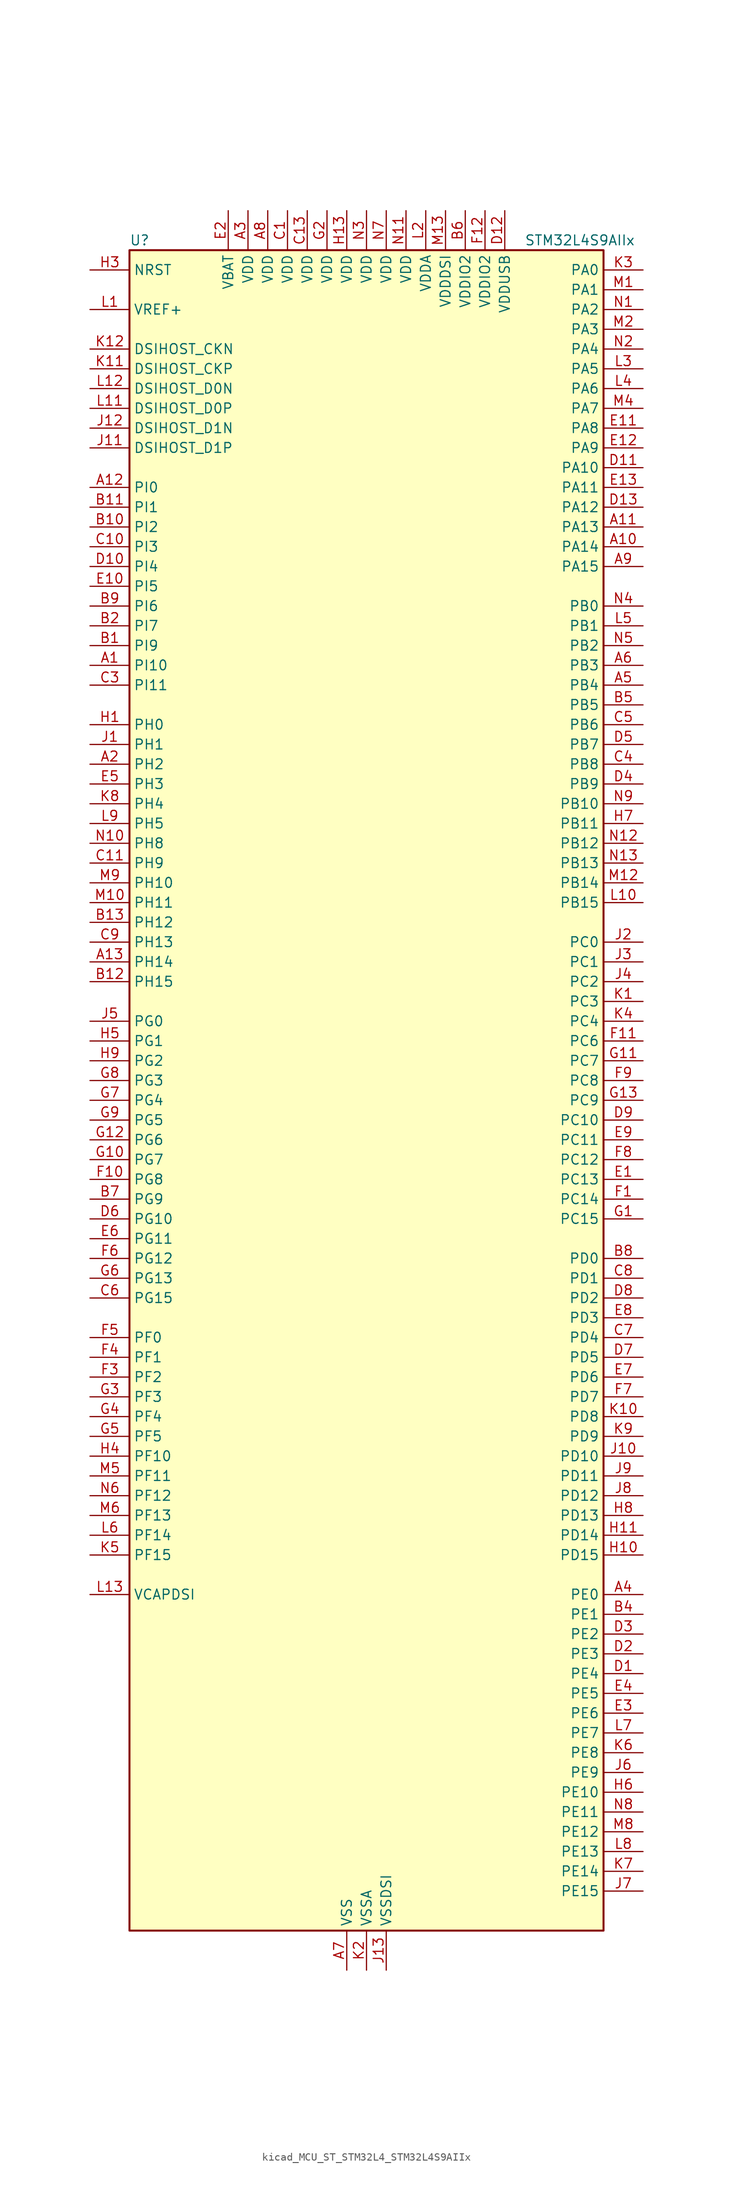
<source format=kicad_sym>
(kicad_symbol_lib
  (version 20220914)
  (generator kicad_symbol_editor)
  (symbol "kicad_MCU_ST_STM32L4_STM32L4S9AIIx"
    (property "Reference" "U"
      (at -30.48 110.49 0)
      (effects (font (size 1.27 1.27)) (justify left)))
    (property "Value" "STM32L4S9AIIx"
      (at 20.32 110.49 0)
      (effects (font (size 1.27 1.27)) (justify left)))
    (property "ki_locked" ""
      (at 0 0 0)
      (effects (font (size 1.27 1.27))))
    (symbol "kicad_MCU_ST_STM32L4_STM32L4S9AIIx_0_1"
      (rectangle (start -30.48 -106.68) (end 30.48 109.22) (stroke (width 0.254) (type default)) (fill (type background))))
    (symbol "kicad_MCU_ST_STM32L4_STM32L4S9AIIx_1_1"
      (pin bidirectional line (at -35.56 55.88 0) (length 5.08) (name "PI10" (effects (font (size 1.27 1.27)))) (number "A1" (effects (font (size 1.27 1.27)))) (alternate "OCTOSPIM_P2_IO1" bidirectional line))
      (pin bidirectional line (at 35.56 71.12 180) (length 5.08) (name "PA14" (effects (font (size 1.27 1.27)))) (number "A10" (effects (font (size 1.27 1.27)))) (alternate "I2C1_SMBA" bidirectional line) (alternate "I2C4_SMBA" bidirectional line) (alternate "LPTIM1_OUT" bidirectional line) (alternate "SAI1_FS_B" bidirectional line) (alternate "SYS_JTCK-SWCLK" bidirectional line) (alternate "USB_OTG_FS_SOF" bidirectional line))
      (pin bidirectional line (at 35.56 73.66 180) (length 5.08) (name "PA13" (effects (font (size 1.27 1.27)))) (number "A11" (effects (font (size 1.27 1.27)))) (alternate "IR_OUT" bidirectional line) (alternate "SAI1_SD_B" bidirectional line) (alternate "SYS_JTMS-SWDIO" bidirectional line) (alternate "USB_OTG_FS_NOE" bidirectional line))
      (pin bidirectional line (at -35.56 78.74 0) (length 5.08) (name "PI0" (effects (font (size 1.27 1.27)))) (number "A12" (effects (font (size 1.27 1.27)))) (alternate "DCMI_D13" bidirectional line) (alternate "OCTOSPIM_P1_IO5" bidirectional line) (alternate "SPI2_NSS" bidirectional line) (alternate "TIM5_CH4" bidirectional line))
      (pin bidirectional line (at -35.56 17.78 0) (length 5.08) (name "PH14" (effects (font (size 1.27 1.27)))) (number "A13" (effects (font (size 1.27 1.27)))) (alternate "DCMI_D4" bidirectional line) (alternate "TIM8_CH2N" bidirectional line))
      (pin bidirectional line (at -35.56 43.18 0) (length 5.08) (name "PH2" (effects (font (size 1.27 1.27)))) (number "A2" (effects (font (size 1.27 1.27)))) (alternate "OCTOSPIM_P1_IO4" bidirectional line))
      (pin power_in line (at -15.24 114.3 270) (length 5.08) (name "VDD" (effects (font (size 1.27 1.27)))) (number "A3" (effects (font (size 1.27 1.27)))))
      (pin bidirectional line (at 35.56 -63.5 180) (length 5.08) (name "PE0" (effects (font (size 1.27 1.27)))) (number "A4" (effects (font (size 1.27 1.27)))) (alternate "DCMI_D2" bidirectional line) (alternate "FMC_NBL0" bidirectional line) (alternate "LTDC_HSYNC" bidirectional line) (alternate "TIM16_CH1" bidirectional line) (alternate "TIM4_ETR" bidirectional line))
      (pin bidirectional line (at 35.56 53.34 180) (length 5.08) (name "PB4" (effects (font (size 1.27 1.27)))) (number "A5" (effects (font (size 1.27 1.27)))) (alternate "COMP2_INP" bidirectional line) (alternate "DCMI_D12" bidirectional line) (alternate "I2C3_SDA" bidirectional line) (alternate "SAI1_MCLK_B" bidirectional line) (alternate "SPI1_MISO" bidirectional line) (alternate "SPI3_MISO" bidirectional line) (alternate "SYS_JTRST" bidirectional line) (alternate "TIM17_BKIN" bidirectional line) (alternate "TIM3_CH1" bidirectional line) (alternate "TSC_G2_IO1" bidirectional line) (alternate "UART5_DE" bidirectional line) (alternate "UART5_RTS" bidirectional line) (alternate "USART1_CTS" bidirectional line) (alternate "USART1_NSS" bidirectional line))
      (pin bidirectional line (at 35.56 55.88 180) (length 5.08) (name "PB3" (effects (font (size 1.27 1.27)))) (number "A6" (effects (font (size 1.27 1.27)))) (alternate "COMP2_INM" bidirectional line) (alternate "CRS_SYNC" bidirectional line) (alternate "SAI1_SCK_B" bidirectional line) (alternate "SPI1_SCK" bidirectional line) (alternate "SPI3_SCK" bidirectional line) (alternate "SYS_JTDO-SWO" bidirectional line) (alternate "TIM2_CH2" bidirectional line) (alternate "USART1_DE" bidirectional line) (alternate "USART1_RTS" bidirectional line))
      (pin power_in line (at -2.54 -111.76 90) (length 5.08) (name "VSS" (effects (font (size 1.27 1.27)))) (number "A7" (effects (font (size 1.27 1.27)))))
      (pin power_in line (at -12.7 114.3 270) (length 5.08) (name "VDD" (effects (font (size 1.27 1.27)))) (number "A8" (effects (font (size 1.27 1.27)))))
      (pin bidirectional line (at 35.56 68.58 180) (length 5.08) (name "PA15" (effects (font (size 1.27 1.27)))) (number "A9" (effects (font (size 1.27 1.27)))) (alternate "ADC1_EXTI15" bidirectional line) (alternate "SAI2_FS_B" bidirectional line) (alternate "SPI1_NSS" bidirectional line) (alternate "SPI3_NSS" bidirectional line) (alternate "SYS_JTDI" bidirectional line) (alternate "TIM2_CH1" bidirectional line) (alternate "TIM2_ETR" bidirectional line) (alternate "TSC_G3_IO1" bidirectional line) (alternate "UART4_DE" bidirectional line) (alternate "UART4_RTS" bidirectional line) (alternate "USART2_RX" bidirectional line) (alternate "USART3_DE" bidirectional line) (alternate "USART3_RTS" bidirectional line))
      (pin bidirectional line (at -35.56 58.42 0) (length 5.08) (name "PI9" (effects (font (size 1.27 1.27)))) (number "B1" (effects (font (size 1.27 1.27)))) (alternate "CAN1_RX" bidirectional line) (alternate "DAC1_EXTI9" bidirectional line) (alternate "OCTOSPIM_P2_IO2" bidirectional line))
      (pin bidirectional line (at -35.56 73.66 0) (length 5.08) (name "PI2" (effects (font (size 1.27 1.27)))) (number "B10" (effects (font (size 1.27 1.27)))) (alternate "DCMI_D9" bidirectional line) (alternate "SPI2_MISO" bidirectional line) (alternate "TIM8_CH4" bidirectional line))
      (pin bidirectional line (at -35.56 76.2 0) (length 5.08) (name "PI1" (effects (font (size 1.27 1.27)))) (number "B11" (effects (font (size 1.27 1.27)))) (alternate "DCMI_D8" bidirectional line) (alternate "SPI2_SCK" bidirectional line))
      (pin bidirectional line (at -35.56 15.24 0) (length 5.08) (name "PH15" (effects (font (size 1.27 1.27)))) (number "B12" (effects (font (size 1.27 1.27)))) (alternate "ADC1_EXTI15" bidirectional line) (alternate "DCMI_D11" bidirectional line) (alternate "OCTOSPIM_P2_IO6" bidirectional line) (alternate "TIM8_CH3N" bidirectional line))
      (pin bidirectional line (at -35.56 22.86 0) (length 5.08) (name "PH12" (effects (font (size 1.27 1.27)))) (number "B13" (effects (font (size 1.27 1.27)))) (alternate "DCMI_D3" bidirectional line) (alternate "OCTOSPIM_P2_IO7" bidirectional line) (alternate "TIM5_CH3" bidirectional line))
      (pin bidirectional line (at -35.56 60.96 0) (length 5.08) (name "PI7" (effects (font (size 1.27 1.27)))) (number "B2" (effects (font (size 1.27 1.27)))) (alternate "DCMI_D7" bidirectional line) (alternate "TIM8_CH3" bidirectional line))
      (pin passive line (at -2.54 -111.76 90) (length 5.08) hide (name "VSS" (effects (font (size 1.27 1.27)))) (number "B3" (effects (font (size 1.27 1.27)))))
      (pin bidirectional line (at 35.56 -66.04 180) (length 5.08) (name "PE1" (effects (font (size 1.27 1.27)))) (number "B4" (effects (font (size 1.27 1.27)))) (alternate "DCMI_D3" bidirectional line) (alternate "FMC_NBL1" bidirectional line) (alternate "LTDC_VSYNC" bidirectional line) (alternate "TIM17_CH1" bidirectional line))
      (pin bidirectional line (at 35.56 50.8 180) (length 5.08) (name "PB5" (effects (font (size 1.27 1.27)))) (number "B5" (effects (font (size 1.27 1.27)))) (alternate "COMP2_OUT" bidirectional line) (alternate "DCMI_D10" bidirectional line) (alternate "I2C1_SMBA" bidirectional line) (alternate "LPTIM1_IN1" bidirectional line) (alternate "SAI1_SD_B" bidirectional line) (alternate "SPI1_MOSI" bidirectional line) (alternate "SPI3_MOSI" bidirectional line) (alternate "TIM16_BKIN" bidirectional line) (alternate "TIM3_CH2" bidirectional line) (alternate "TSC_G2_IO2" bidirectional line) (alternate "UART5_CTS" bidirectional line) (alternate "USART1_CK" bidirectional line))
      (pin power_in line (at 12.7 114.3 270) (length 5.08) (name "VDDIO2" (effects (font (size 1.27 1.27)))) (number "B6" (effects (font (size 1.27 1.27)))))
      (pin bidirectional line (at -35.56 -12.7 0) (length 5.08) (name "PG9" (effects (font (size 1.27 1.27)))) (number "B7" (effects (font (size 1.27 1.27)))) (alternate "DAC1_EXTI9" bidirectional line) (alternate "FMC_NCE" bidirectional line) (alternate "FMC_NE2" bidirectional line) (alternate "OCTOSPIM_P2_IO6" bidirectional line) (alternate "SAI2_SCK_A" bidirectional line) (alternate "SPI3_SCK" bidirectional line) (alternate "TIM15_CH1N" bidirectional line) (alternate "USART1_TX" bidirectional line))
      (pin bidirectional line (at 35.56 -20.32 180) (length 5.08) (name "PD0" (effects (font (size 1.27 1.27)))) (number "B8" (effects (font (size 1.27 1.27)))) (alternate "CAN1_RX" bidirectional line) (alternate "DFSDM1_DATIN7" bidirectional line) (alternate "FMC_D2" bidirectional line) (alternate "FMC_DA2" bidirectional line) (alternate "LTDC_B4" bidirectional line) (alternate "SPI2_NSS" bidirectional line))
      (pin bidirectional line (at -35.56 63.5 0) (length 5.08) (name "PI6" (effects (font (size 1.27 1.27)))) (number "B9" (effects (font (size 1.27 1.27)))) (alternate "DCMI_D6" bidirectional line) (alternate "OCTOSPIM_P2_CLK" bidirectional line) (alternate "TIM8_CH2" bidirectional line))
      (pin power_in line (at -10.16 114.3 270) (length 5.08) (name "VDD" (effects (font (size 1.27 1.27)))) (number "C1" (effects (font (size 1.27 1.27)))))
      (pin bidirectional line (at -35.56 71.12 0) (length 5.08) (name "PI3" (effects (font (size 1.27 1.27)))) (number "C10" (effects (font (size 1.27 1.27)))) (alternate "DCMI_D10" bidirectional line) (alternate "SPI2_MOSI" bidirectional line) (alternate "TIM8_ETR" bidirectional line))
      (pin bidirectional line (at -35.56 30.48 0) (length 5.08) (name "PH9" (effects (font (size 1.27 1.27)))) (number "C11" (effects (font (size 1.27 1.27)))) (alternate "DAC1_EXTI9" bidirectional line) (alternate "DCMI_D0" bidirectional line) (alternate "I2C3_SMBA" bidirectional line) (alternate "OCTOSPIM_P2_IO4" bidirectional line))
      (pin passive line (at -2.54 -111.76 90) (length 5.08) hide (name "VSS" (effects (font (size 1.27 1.27)))) (number "C12" (effects (font (size 1.27 1.27)))))
      (pin power_in line (at -7.62 114.3 270) (length 5.08) (name "VDD" (effects (font (size 1.27 1.27)))) (number "C13" (effects (font (size 1.27 1.27)))))
      (pin passive line (at -2.54 -111.76 90) (length 5.08) hide (name "VSS" (effects (font (size 1.27 1.27)))) (number "C2" (effects (font (size 1.27 1.27)))))
      (pin bidirectional line (at -35.56 53.34 0) (length 5.08) (name "PI11" (effects (font (size 1.27 1.27)))) (number "C3" (effects (font (size 1.27 1.27)))) (alternate "ADC1_EXTI11" bidirectional line) (alternate "OCTOSPIM_P2_IO0" bidirectional line))
      (pin bidirectional line (at 35.56 43.18 180) (length 5.08) (name "PB8" (effects (font (size 1.27 1.27)))) (number "C4" (effects (font (size 1.27 1.27)))) (alternate "CAN1_RX" bidirectional line) (alternate "DCMI_D6" bidirectional line) (alternate "DFSDM1_CKOUT" bidirectional line) (alternate "DFSDM1_DATIN6" bidirectional line) (alternate "I2C1_SCL" bidirectional line) (alternate "LTDC_B1" bidirectional line) (alternate "SAI1_CK1" bidirectional line) (alternate "SAI1_MCLK_A" bidirectional line) (alternate "SDMMC1_CKIN" bidirectional line) (alternate "SDMMC1_D4" bidirectional line) (alternate "TIM16_CH1" bidirectional line) (alternate "TIM4_CH3" bidirectional line))
      (pin bidirectional line (at 35.56 48.26 180) (length 5.08) (name "PB6" (effects (font (size 1.27 1.27)))) (number "C5" (effects (font (size 1.27 1.27)))) (alternate "COMP2_INP" bidirectional line) (alternate "DCMI_D5" bidirectional line) (alternate "DFSDM1_DATIN5" bidirectional line) (alternate "I2C1_SCL" bidirectional line) (alternate "I2C4_SCL" bidirectional line) (alternate "LPTIM1_ETR" bidirectional line) (alternate "SAI1_FS_B" bidirectional line) (alternate "TIM16_CH1N" bidirectional line) (alternate "TIM4_CH1" bidirectional line) (alternate "TIM8_BKIN2" bidirectional line) (alternate "TSC_G2_IO3" bidirectional line) (alternate "USART1_TX" bidirectional line))
      (pin bidirectional line (at -35.56 -25.4 0) (length 5.08) (name "PG15" (effects (font (size 1.27 1.27)))) (number "C6" (effects (font (size 1.27 1.27)))) (alternate "ADC1_EXTI15" bidirectional line) (alternate "DCMI_D13" bidirectional line) (alternate "I2C1_SMBA" bidirectional line) (alternate "LPTIM1_OUT" bidirectional line) (alternate "OCTOSPIM_P2_DQS" bidirectional line))
      (pin bidirectional line (at 35.56 -30.48 180) (length 5.08) (name "PD4" (effects (font (size 1.27 1.27)))) (number "C7" (effects (font (size 1.27 1.27)))) (alternate "DFSDM1_CKIN0" bidirectional line) (alternate "FMC_NOE" bidirectional line) (alternate "OCTOSPIM_P1_IO4" bidirectional line) (alternate "SPI2_MOSI" bidirectional line) (alternate "USART2_DE" bidirectional line) (alternate "USART2_RTS" bidirectional line))
      (pin bidirectional line (at 35.56 -22.86 180) (length 5.08) (name "PD1" (effects (font (size 1.27 1.27)))) (number "C8" (effects (font (size 1.27 1.27)))) (alternate "CAN1_TX" bidirectional line) (alternate "DFSDM1_CKIN7" bidirectional line) (alternate "FMC_D3" bidirectional line) (alternate "FMC_DA3" bidirectional line) (alternate "LTDC_B5" bidirectional line) (alternate "SPI2_SCK" bidirectional line))
      (pin bidirectional line (at -35.56 20.32 0) (length 5.08) (name "PH13" (effects (font (size 1.27 1.27)))) (number "C9" (effects (font (size 1.27 1.27)))) (alternate "CAN1_TX" bidirectional line) (alternate "TIM8_CH1N" bidirectional line))
      (pin bidirectional line (at 35.56 -73.66 180) (length 5.08) (name "PE4" (effects (font (size 1.27 1.27)))) (number "D1" (effects (font (size 1.27 1.27)))) (alternate "DCMI_D4" bidirectional line) (alternate "DFSDM1_DATIN3" bidirectional line) (alternate "FMC_A20" bidirectional line) (alternate "LTDC_B0" bidirectional line) (alternate "SAI1_D2" bidirectional line) (alternate "SAI1_FS_A" bidirectional line) (alternate "SYS_TRACED1" bidirectional line) (alternate "TIM3_CH2" bidirectional line) (alternate "TSC_G7_IO3" bidirectional line))
      (pin bidirectional line (at -35.56 68.58 0) (length 5.08) (name "PI4" (effects (font (size 1.27 1.27)))) (number "D10" (effects (font (size 1.27 1.27)))) (alternate "DCMI_D5" bidirectional line) (alternate "TIM8_BKIN" bidirectional line))
      (pin bidirectional line (at 35.56 81.28 180) (length 5.08) (name "PA10" (effects (font (size 1.27 1.27)))) (number "D11" (effects (font (size 1.27 1.27)))) (alternate "DCMI_D1" bidirectional line) (alternate "SAI1_D1" bidirectional line) (alternate "SAI1_SD_A" bidirectional line) (alternate "TIM17_BKIN" bidirectional line) (alternate "TIM1_CH3" bidirectional line) (alternate "USART1_RX" bidirectional line) (alternate "USB_OTG_FS_ID" bidirectional line))
      (pin power_in line (at 17.78 114.3 270) (length 5.08) (name "VDDUSB" (effects (font (size 1.27 1.27)))) (number "D12" (effects (font (size 1.27 1.27)))))
      (pin bidirectional line (at 35.56 76.2 180) (length 5.08) (name "PA12" (effects (font (size 1.27 1.27)))) (number "D13" (effects (font (size 1.27 1.27)))) (alternate "CAN1_TX" bidirectional line) (alternate "SPI1_MOSI" bidirectional line) (alternate "TIM1_ETR" bidirectional line) (alternate "USART1_DE" bidirectional line) (alternate "USART1_RTS" bidirectional line) (alternate "USB_OTG_FS_DP" bidirectional line))
      (pin bidirectional line (at 35.56 -71.12 180) (length 5.08) (name "PE3" (effects (font (size 1.27 1.27)))) (number "D2" (effects (font (size 1.27 1.27)))) (alternate "FMC_A19" bidirectional line) (alternate "LTDC_R1" bidirectional line) (alternate "OCTOSPIM_P1_DQS" bidirectional line) (alternate "SAI1_SD_B" bidirectional line) (alternate "SYS_TRACED0" bidirectional line) (alternate "TIM3_CH1" bidirectional line) (alternate "TSC_G7_IO2" bidirectional line))
      (pin bidirectional line (at 35.56 -68.58 180) (length 5.08) (name "PE2" (effects (font (size 1.27 1.27)))) (number "D3" (effects (font (size 1.27 1.27)))) (alternate "FMC_A23" bidirectional line) (alternate "LTDC_R0" bidirectional line) (alternate "SAI1_CK1" bidirectional line) (alternate "SAI1_MCLK_A" bidirectional line) (alternate "SYS_TRACECLK" bidirectional line) (alternate "TIM3_ETR" bidirectional line) (alternate "TSC_G7_IO1" bidirectional line))
      (pin bidirectional line (at 35.56 40.64 180) (length 5.08) (name "PB9" (effects (font (size 1.27 1.27)))) (number "D4" (effects (font (size 1.27 1.27)))) (alternate "CAN1_TX" bidirectional line) (alternate "DAC1_EXTI9" bidirectional line) (alternate "DCMI_D7" bidirectional line) (alternate "DFSDM1_CKIN6" bidirectional line) (alternate "I2C1_SDA" bidirectional line) (alternate "IR_OUT" bidirectional line) (alternate "SAI1_D2" bidirectional line) (alternate "SAI1_FS_A" bidirectional line) (alternate "SDMMC1_CDIR" bidirectional line) (alternate "SDMMC1_D5" bidirectional line) (alternate "SPI2_NSS" bidirectional line) (alternate "TIM17_CH1" bidirectional line) (alternate "TIM4_CH4" bidirectional line))
      (pin bidirectional line (at 35.56 45.72 180) (length 5.08) (name "PB7" (effects (font (size 1.27 1.27)))) (number "D5" (effects (font (size 1.27 1.27)))) (alternate "COMP2_INM" bidirectional line) (alternate "DCMI_VSYNC" bidirectional line) (alternate "DFSDM1_CKIN5" bidirectional line) (alternate "DSIHOST_TE" bidirectional line) (alternate "FMC_NL" bidirectional line) (alternate "I2C1_SDA" bidirectional line) (alternate "I2C4_SDA" bidirectional line) (alternate "LPTIM1_IN2" bidirectional line) (alternate "SYS_PVD_IN" bidirectional line) (alternate "TIM17_CH1N" bidirectional line) (alternate "TIM4_CH2" bidirectional line) (alternate "TIM8_BKIN" bidirectional line) (alternate "TSC_G2_IO4" bidirectional line) (alternate "UART4_CTS" bidirectional line) (alternate "USART1_RX" bidirectional line))
      (pin bidirectional line (at -35.56 -15.24 0) (length 5.08) (name "PG10" (effects (font (size 1.27 1.27)))) (number "D6" (effects (font (size 1.27 1.27)))) (alternate "FMC_NE3" bidirectional line) (alternate "LPTIM1_IN1" bidirectional line) (alternate "OCTOSPIM_P2_IO7" bidirectional line) (alternate "SAI2_FS_A" bidirectional line) (alternate "SPI3_MISO" bidirectional line) (alternate "TIM15_CH1" bidirectional line) (alternate "USART1_RX" bidirectional line))
      (pin bidirectional line (at 35.56 -33.02 180) (length 5.08) (name "PD5" (effects (font (size 1.27 1.27)))) (number "D7" (effects (font (size 1.27 1.27)))) (alternate "FMC_NWE" bidirectional line) (alternate "OCTOSPIM_P1_IO5" bidirectional line) (alternate "USART2_TX" bidirectional line))
      (pin bidirectional line (at 35.56 -25.4 180) (length 5.08) (name "PD2" (effects (font (size 1.27 1.27)))) (number "D8" (effects (font (size 1.27 1.27)))) (alternate "DCMI_D11" bidirectional line) (alternate "SDMMC1_CMD" bidirectional line) (alternate "SYS_TRACED2" bidirectional line) (alternate "TIM3_ETR" bidirectional line) (alternate "TSC_SYNC" bidirectional line) (alternate "UART5_RX" bidirectional line) (alternate "USART3_DE" bidirectional line) (alternate "USART3_RTS" bidirectional line))
      (pin bidirectional line (at 35.56 -2.54 180) (length 5.08) (name "PC10" (effects (font (size 1.27 1.27)))) (number "D9" (effects (font (size 1.27 1.27)))) (alternate "DCMI_D8" bidirectional line) (alternate "SAI2_SCK_B" bidirectional line) (alternate "SDMMC1_D2" bidirectional line) (alternate "SPI3_SCK" bidirectional line) (alternate "SYS_TRACED1" bidirectional line) (alternate "TSC_G3_IO2" bidirectional line) (alternate "UART4_TX" bidirectional line) (alternate "USART3_TX" bidirectional line))
      (pin bidirectional line (at 35.56 -10.16 180) (length 5.08) (name "PC13" (effects (font (size 1.27 1.27)))) (number "E1" (effects (font (size 1.27 1.27)))) (alternate "RTC_OUT_ALARM" bidirectional line) (alternate "RTC_OUT_CALIB" bidirectional line) (alternate "RTC_TAMP1" bidirectional line) (alternate "RTC_TS" bidirectional line) (alternate "SYS_WKUP2" bidirectional line))
      (pin bidirectional line (at -35.56 66.04 0) (length 5.08) (name "PI5" (effects (font (size 1.27 1.27)))) (number "E10" (effects (font (size 1.27 1.27)))) (alternate "DCMI_VSYNC" bidirectional line) (alternate "OCTOSPIM_P2_NCS" bidirectional line) (alternate "TIM8_CH1" bidirectional line))
      (pin bidirectional line (at 35.56 86.36 180) (length 5.08) (name "PA8" (effects (font (size 1.27 1.27)))) (number "E11" (effects (font (size 1.27 1.27)))) (alternate "LPTIM2_OUT" bidirectional line) (alternate "RCC_MCO" bidirectional line) (alternate "SAI1_CK2" bidirectional line) (alternate "SAI1_SCK_A" bidirectional line) (alternate "TIM1_CH1" bidirectional line) (alternate "USART1_CK" bidirectional line) (alternate "USB_OTG_FS_SOF" bidirectional line))
      (pin bidirectional line (at 35.56 83.82 180) (length 5.08) (name "PA9" (effects (font (size 1.27 1.27)))) (number "E12" (effects (font (size 1.27 1.27)))) (alternate "DAC1_EXTI9" bidirectional line) (alternate "DCMI_D0" bidirectional line) (alternate "SAI1_FS_A" bidirectional line) (alternate "SPI2_SCK" bidirectional line) (alternate "TIM15_BKIN" bidirectional line) (alternate "TIM1_CH2" bidirectional line) (alternate "USART1_TX" bidirectional line) (alternate "USB_OTG_FS_VBUS" bidirectional line))
      (pin bidirectional line (at 35.56 78.74 180) (length 5.08) (name "PA11" (effects (font (size 1.27 1.27)))) (number "E13" (effects (font (size 1.27 1.27)))) (alternate "ADC1_EXTI11" bidirectional line) (alternate "CAN1_RX" bidirectional line) (alternate "SPI1_MISO" bidirectional line) (alternate "TIM1_BKIN2" bidirectional line) (alternate "TIM1_CH4" bidirectional line) (alternate "USART1_CTS" bidirectional line) (alternate "USART1_NSS" bidirectional line) (alternate "USB_OTG_FS_DM" bidirectional line))
      (pin power_in line (at -17.78 114.3 270) (length 5.08) (name "VBAT" (effects (font (size 1.27 1.27)))) (number "E2" (effects (font (size 1.27 1.27)))))
      (pin bidirectional line (at 35.56 -78.74 180) (length 5.08) (name "PE6" (effects (font (size 1.27 1.27)))) (number "E3" (effects (font (size 1.27 1.27)))) (alternate "DCMI_D7" bidirectional line) (alternate "FMC_A22" bidirectional line) (alternate "LTDC_G1" bidirectional line) (alternate "RTC_TAMP3" bidirectional line) (alternate "SAI1_D1" bidirectional line) (alternate "SAI1_SD_A" bidirectional line) (alternate "SYS_TRACED3" bidirectional line) (alternate "SYS_WKUP3" bidirectional line) (alternate "TIM3_CH4" bidirectional line))
      (pin bidirectional line (at 35.56 -76.2 180) (length 5.08) (name "PE5" (effects (font (size 1.27 1.27)))) (number "E4" (effects (font (size 1.27 1.27)))) (alternate "DCMI_D6" bidirectional line) (alternate "DFSDM1_CKIN3" bidirectional line) (alternate "FMC_A21" bidirectional line) (alternate "LTDC_G0" bidirectional line) (alternate "SAI1_CK2" bidirectional line) (alternate "SAI1_SCK_A" bidirectional line) (alternate "SYS_TRACED2" bidirectional line) (alternate "TIM3_CH3" bidirectional line) (alternate "TSC_G7_IO4" bidirectional line))
      (pin bidirectional line (at -35.56 40.64 0) (length 5.08) (name "PH3" (effects (font (size 1.27 1.27)))) (number "E5" (effects (font (size 1.27 1.27)))))
      (pin bidirectional line (at -35.56 -17.78 0) (length 5.08) (name "PG11" (effects (font (size 1.27 1.27)))) (number "E6" (effects (font (size 1.27 1.27)))) (alternate "ADC1_EXTI11" bidirectional line) (alternate "LPTIM1_IN2" bidirectional line) (alternate "OCTOSPIM_P1_IO5" bidirectional line) (alternate "SAI2_MCLK_A" bidirectional line) (alternate "SPI3_MOSI" bidirectional line) (alternate "TIM15_CH2" bidirectional line) (alternate "USART1_CTS" bidirectional line) (alternate "USART1_NSS" bidirectional line))
      (pin bidirectional line (at 35.56 -35.56 180) (length 5.08) (name "PD6" (effects (font (size 1.27 1.27)))) (number "E7" (effects (font (size 1.27 1.27)))) (alternate "DCMI_D10" bidirectional line) (alternate "DFSDM1_DATIN1" bidirectional line) (alternate "FMC_NWAIT" bidirectional line) (alternate "LTDC_DE" bidirectional line) (alternate "OCTOSPIM_P1_IO6" bidirectional line) (alternate "SAI1_D1" bidirectional line) (alternate "SAI1_SD_A" bidirectional line) (alternate "SPI3_MOSI" bidirectional line) (alternate "USART2_RX" bidirectional line))
      (pin bidirectional line (at 35.56 -27.94 180) (length 5.08) (name "PD3" (effects (font (size 1.27 1.27)))) (number "E8" (effects (font (size 1.27 1.27)))) (alternate "DCMI_D5" bidirectional line) (alternate "DFSDM1_DATIN0" bidirectional line) (alternate "FMC_CLK" bidirectional line) (alternate "LTDC_CLK" bidirectional line) (alternate "OCTOSPIM_P2_NCS" bidirectional line) (alternate "SPI2_MISO" bidirectional line) (alternate "SPI2_SCK" bidirectional line) (alternate "USART2_CTS" bidirectional line) (alternate "USART2_NSS" bidirectional line))
      (pin bidirectional line (at 35.56 -5.08 180) (length 5.08) (name "PC11" (effects (font (size 1.27 1.27)))) (number "E9" (effects (font (size 1.27 1.27)))) (alternate "ADC1_EXTI11" bidirectional line) (alternate "DCMI_D2" bidirectional line) (alternate "DCMI_D4" bidirectional line) (alternate "OCTOSPIM_P1_NCS" bidirectional line) (alternate "SAI2_MCLK_B" bidirectional line) (alternate "SDMMC1_D3" bidirectional line) (alternate "SPI3_MISO" bidirectional line) (alternate "TSC_G3_IO3" bidirectional line) (alternate "UART4_RX" bidirectional line) (alternate "USART3_RX" bidirectional line))
      (pin bidirectional line (at 35.56 -12.7 180) (length 5.08) (name "PC14" (effects (font (size 1.27 1.27)))) (number "F1" (effects (font (size 1.27 1.27)))) (alternate "RCC_OSC32_IN" bidirectional line))
      (pin bidirectional line (at -35.56 -10.16 0) (length 5.08) (name "PG8" (effects (font (size 1.27 1.27)))) (number "F10" (effects (font (size 1.27 1.27)))) (alternate "I2C3_SDA" bidirectional line) (alternate "LPUART1_RX" bidirectional line))
      (pin bidirectional line (at 35.56 7.62 180) (length 5.08) (name "PC6" (effects (font (size 1.27 1.27)))) (number "F11" (effects (font (size 1.27 1.27)))) (alternate "DCMI_D0" bidirectional line) (alternate "DFSDM1_CKIN3" bidirectional line) (alternate "LTDC_R0" bidirectional line) (alternate "SAI2_MCLK_A" bidirectional line) (alternate "SDMMC1_D0DIR" bidirectional line) (alternate "SDMMC1_D6" bidirectional line) (alternate "TIM3_CH1" bidirectional line) (alternate "TIM8_CH1" bidirectional line) (alternate "TSC_G4_IO1" bidirectional line))
      (pin power_in line (at 15.24 114.3 270) (length 5.08) (name "VDDIO2" (effects (font (size 1.27 1.27)))) (number "F12" (effects (font (size 1.27 1.27)))))
      (pin passive line (at -2.54 -111.76 90) (length 5.08) hide (name "VSS" (effects (font (size 1.27 1.27)))) (number "F13" (effects (font (size 1.27 1.27)))))
      (pin passive line (at -2.54 -111.76 90) (length 5.08) hide (name "VSS" (effects (font (size 1.27 1.27)))) (number "F2" (effects (font (size 1.27 1.27)))))
      (pin bidirectional line (at -35.56 -35.56 0) (length 5.08) (name "PF2" (effects (font (size 1.27 1.27)))) (number "F3" (effects (font (size 1.27 1.27)))) (alternate "FMC_A2" bidirectional line) (alternate "I2C2_SMBA" bidirectional line) (alternate "OCTOSPIM_P2_IO2" bidirectional line))
      (pin bidirectional line (at -35.56 -33.02 0) (length 5.08) (name "PF1" (effects (font (size 1.27 1.27)))) (number "F4" (effects (font (size 1.27 1.27)))) (alternate "FMC_A1" bidirectional line) (alternate "I2C2_SCL" bidirectional line) (alternate "OCTOSPIM_P2_IO1" bidirectional line))
      (pin bidirectional line (at -35.56 -30.48 0) (length 5.08) (name "PF0" (effects (font (size 1.27 1.27)))) (number "F5" (effects (font (size 1.27 1.27)))) (alternate "FMC_A0" bidirectional line) (alternate "I2C2_SDA" bidirectional line) (alternate "OCTOSPIM_P2_IO0" bidirectional line))
      (pin bidirectional line (at -35.56 -20.32 0) (length 5.08) (name "PG12" (effects (font (size 1.27 1.27)))) (number "F6" (effects (font (size 1.27 1.27)))) (alternate "FMC_NE4" bidirectional line) (alternate "LPTIM1_ETR" bidirectional line) (alternate "OCTOSPIM_P2_NCS" bidirectional line) (alternate "SAI2_SD_A" bidirectional line) (alternate "SPI3_NSS" bidirectional line) (alternate "USART1_DE" bidirectional line) (alternate "USART1_RTS" bidirectional line))
      (pin bidirectional line (at 35.56 -38.1 180) (length 5.08) (name "PD7" (effects (font (size 1.27 1.27)))) (number "F7" (effects (font (size 1.27 1.27)))) (alternate "DFSDM1_CKIN1" bidirectional line) (alternate "FMC_NCE" bidirectional line) (alternate "FMC_NE1" bidirectional line) (alternate "OCTOSPIM_P1_IO7" bidirectional line) (alternate "USART2_CK" bidirectional line))
      (pin bidirectional line (at 35.56 -7.62 180) (length 5.08) (name "PC12" (effects (font (size 1.27 1.27)))) (number "F8" (effects (font (size 1.27 1.27)))) (alternate "DCMI_D9" bidirectional line) (alternate "SAI2_SD_B" bidirectional line) (alternate "SDMMC1_CK" bidirectional line) (alternate "SPI3_MOSI" bidirectional line) (alternate "SYS_TRACED3" bidirectional line) (alternate "TSC_G3_IO4" bidirectional line) (alternate "UART5_TX" bidirectional line) (alternate "USART3_CK" bidirectional line))
      (pin bidirectional line (at 35.56 2.54 180) (length 5.08) (name "PC8" (effects (font (size 1.27 1.27)))) (number "F9" (effects (font (size 1.27 1.27)))) (alternate "DCMI_D2" bidirectional line) (alternate "SDMMC1_D0" bidirectional line) (alternate "TIM3_CH3" bidirectional line) (alternate "TIM8_CH3" bidirectional line) (alternate "TSC_G4_IO3" bidirectional line))
      (pin bidirectional line (at 35.56 -15.24 180) (length 5.08) (name "PC15" (effects (font (size 1.27 1.27)))) (number "G1" (effects (font (size 1.27 1.27)))) (alternate "ADC1_EXTI15" bidirectional line) (alternate "RCC_OSC32_OUT" bidirectional line))
      (pin bidirectional line (at -35.56 -7.62 0) (length 5.08) (name "PG7" (effects (font (size 1.27 1.27)))) (number "G10" (effects (font (size 1.27 1.27)))) (alternate "DFSDM1_CKOUT" bidirectional line) (alternate "FMC_INT" bidirectional line) (alternate "I2C3_SCL" bidirectional line) (alternate "LPUART1_TX" bidirectional line) (alternate "OCTOSPIM_P2_DQS" bidirectional line) (alternate "SAI1_CK1" bidirectional line) (alternate "SAI1_MCLK_A" bidirectional line))
      (pin bidirectional line (at 35.56 5.08 180) (length 5.08) (name "PC7" (effects (font (size 1.27 1.27)))) (number "G11" (effects (font (size 1.27 1.27)))) (alternate "DCMI_D1" bidirectional line) (alternate "DFSDM1_DATIN3" bidirectional line) (alternate "LTDC_R1" bidirectional line) (alternate "SAI2_MCLK_B" bidirectional line) (alternate "SDMMC1_D123DIR" bidirectional line) (alternate "SDMMC1_D7" bidirectional line) (alternate "TIM3_CH2" bidirectional line) (alternate "TIM8_CH2" bidirectional line) (alternate "TSC_G4_IO2" bidirectional line))
      (pin bidirectional line (at -35.56 -5.08 0) (length 5.08) (name "PG6" (effects (font (size 1.27 1.27)))) (number "G12" (effects (font (size 1.27 1.27)))) (alternate "DSIHOST_TE" bidirectional line) (alternate "I2C3_SMBA" bidirectional line) (alternate "LPUART1_DE" bidirectional line) (alternate "LPUART1_RTS" bidirectional line) (alternate "LTDC_R1" bidirectional line) (alternate "OCTOSPIM_P1_DQS" bidirectional line))
      (pin bidirectional line (at 35.56 0 180) (length 5.08) (name "PC9" (effects (font (size 1.27 1.27)))) (number "G13" (effects (font (size 1.27 1.27)))) (alternate "DAC1_EXTI9" bidirectional line) (alternate "DCMI_D3" bidirectional line) (alternate "I2C3_SDA" bidirectional line) (alternate "SAI2_EXTCLK" bidirectional line) (alternate "SDMMC1_D1" bidirectional line) (alternate "SYS_TRACED0" bidirectional line) (alternate "TIM3_CH4" bidirectional line) (alternate "TIM8_BKIN2" bidirectional line) (alternate "TIM8_CH4" bidirectional line) (alternate "TSC_G4_IO4" bidirectional line) (alternate "USB_OTG_FS_NOE" bidirectional line))
      (pin power_in line (at -5.08 114.3 270) (length 5.08) (name "VDD" (effects (font (size 1.27 1.27)))) (number "G2" (effects (font (size 1.27 1.27)))))
      (pin bidirectional line (at -35.56 -38.1 0) (length 5.08) (name "PF3" (effects (font (size 1.27 1.27)))) (number "G3" (effects (font (size 1.27 1.27)))) (alternate "FMC_A3" bidirectional line) (alternate "OCTOSPIM_P2_IO3" bidirectional line))
      (pin bidirectional line (at -35.56 -40.64 0) (length 5.08) (name "PF4" (effects (font (size 1.27 1.27)))) (number "G4" (effects (font (size 1.27 1.27)))) (alternate "FMC_A4" bidirectional line) (alternate "OCTOSPIM_P2_CLK" bidirectional line))
      (pin bidirectional line (at -35.56 -43.18 0) (length 5.08) (name "PF5" (effects (font (size 1.27 1.27)))) (number "G5" (effects (font (size 1.27 1.27)))) (alternate "FMC_A5" bidirectional line))
      (pin bidirectional line (at -35.56 -22.86 0) (length 5.08) (name "PG13" (effects (font (size 1.27 1.27)))) (number "G6" (effects (font (size 1.27 1.27)))) (alternate "FMC_A24" bidirectional line) (alternate "I2C1_SDA" bidirectional line) (alternate "LTDC_R0" bidirectional line) (alternate "USART1_CK" bidirectional line))
      (pin bidirectional line (at -35.56 0 0) (length 5.08) (name "PG4" (effects (font (size 1.27 1.27)))) (number "G7" (effects (font (size 1.27 1.27)))) (alternate "FMC_A14" bidirectional line) (alternate "SAI2_MCLK_B" bidirectional line) (alternate "SPI1_MOSI" bidirectional line))
      (pin bidirectional line (at -35.56 2.54 0) (length 5.08) (name "PG3" (effects (font (size 1.27 1.27)))) (number "G8" (effects (font (size 1.27 1.27)))) (alternate "FMC_A13" bidirectional line) (alternate "SAI2_FS_B" bidirectional line) (alternate "SPI1_MISO" bidirectional line))
      (pin bidirectional line (at -35.56 -2.54 0) (length 5.08) (name "PG5" (effects (font (size 1.27 1.27)))) (number "G9" (effects (font (size 1.27 1.27)))) (alternate "FMC_A15" bidirectional line) (alternate "LPUART1_CTS" bidirectional line) (alternate "SAI2_SD_B" bidirectional line) (alternate "SPI1_NSS" bidirectional line))
      (pin bidirectional line (at -35.56 48.26 0) (length 5.08) (name "PH0" (effects (font (size 1.27 1.27)))) (number "H1" (effects (font (size 1.27 1.27)))) (alternate "RCC_OSC_IN" bidirectional line))
      (pin bidirectional line (at 35.56 -58.42 180) (length 5.08) (name "PD15" (effects (font (size 1.27 1.27)))) (number "H10" (effects (font (size 1.27 1.27)))) (alternate "ADC1_EXTI15" bidirectional line) (alternate "FMC_D1" bidirectional line) (alternate "FMC_DA1" bidirectional line) (alternate "LTDC_B3" bidirectional line) (alternate "TIM4_CH4" bidirectional line))
      (pin bidirectional line (at 35.56 -55.88 180) (length 5.08) (name "PD14" (effects (font (size 1.27 1.27)))) (number "H11" (effects (font (size 1.27 1.27)))) (alternate "FMC_D0" bidirectional line) (alternate "FMC_DA0" bidirectional line) (alternate "LTDC_B2" bidirectional line) (alternate "TIM4_CH3" bidirectional line))
      (pin passive line (at -2.54 -111.76 90) (length 5.08) hide (name "VSS" (effects (font (size 1.27 1.27)))) (number "H12" (effects (font (size 1.27 1.27)))))
      (pin power_in line (at -2.54 114.3 270) (length 5.08) (name "VDD" (effects (font (size 1.27 1.27)))) (number "H13" (effects (font (size 1.27 1.27)))))
      (pin passive line (at -2.54 -111.76 90) (length 5.08) hide (name "VSS" (effects (font (size 1.27 1.27)))) (number "H2" (effects (font (size 1.27 1.27)))))
      (pin input line (at -35.56 106.68 0) (length 5.08) (name "NRST" (effects (font (size 1.27 1.27)))) (number "H3" (effects (font (size 1.27 1.27)))))
      (pin bidirectional line (at -35.56 -45.72 0) (length 5.08) (name "PF10" (effects (font (size 1.27 1.27)))) (number "H4" (effects (font (size 1.27 1.27)))) (alternate "DCMI_D11" bidirectional line) (alternate "DFSDM1_CKOUT" bidirectional line) (alternate "OCTOSPIM_P1_CLK" bidirectional line) (alternate "SAI1_D3" bidirectional line) (alternate "TIM15_CH2" bidirectional line))
      (pin bidirectional line (at -35.56 7.62 0) (length 5.08) (name "PG1" (effects (font (size 1.27 1.27)))) (number "H5" (effects (font (size 1.27 1.27)))) (alternate "FMC_A11" bidirectional line) (alternate "OCTOSPIM_P2_IO5" bidirectional line) (alternate "TSC_G8_IO4" bidirectional line))
      (pin bidirectional line (at 35.56 -88.9 180) (length 5.08) (name "PE10" (effects (font (size 1.27 1.27)))) (number "H6" (effects (font (size 1.27 1.27)))) (alternate "DFSDM1_DATIN4" bidirectional line) (alternate "FMC_D7" bidirectional line) (alternate "FMC_DA7" bidirectional line) (alternate "LTDC_G3" bidirectional line) (alternate "OCTOSPIM_P1_CLK" bidirectional line) (alternate "SAI1_MCLK_B" bidirectional line) (alternate "TIM1_CH2N" bidirectional line) (alternate "TSC_G5_IO1" bidirectional line))
      (pin bidirectional line (at 35.56 35.56 180) (length 5.08) (name "PB11" (effects (font (size 1.27 1.27)))) (number "H7" (effects (font (size 1.27 1.27)))) (alternate "ADC1_EXTI11" bidirectional line) (alternate "COMP2_OUT" bidirectional line) (alternate "DFSDM1_CKIN7" bidirectional line) (alternate "DSIHOST_TE" bidirectional line) (alternate "I2C2_SDA" bidirectional line) (alternate "I2C4_SDA" bidirectional line) (alternate "LPUART1_TX" bidirectional line) (alternate "OCTOSPIM_P1_NCS" bidirectional line) (alternate "TIM2_CH4" bidirectional line) (alternate "USART3_RX" bidirectional line))
      (pin bidirectional line (at 35.56 -53.34 180) (length 5.08) (name "PD13" (effects (font (size 1.27 1.27)))) (number "H8" (effects (font (size 1.27 1.27)))) (alternate "FMC_A18" bidirectional line) (alternate "I2C4_SDA" bidirectional line) (alternate "LPTIM2_OUT" bidirectional line) (alternate "TIM4_CH2" bidirectional line) (alternate "TSC_G6_IO4" bidirectional line))
      (pin bidirectional line (at -35.56 5.08 0) (length 5.08) (name "PG2" (effects (font (size 1.27 1.27)))) (number "H9" (effects (font (size 1.27 1.27)))) (alternate "FMC_A12" bidirectional line) (alternate "SAI2_SCK_B" bidirectional line) (alternate "SPI1_SCK" bidirectional line))
      (pin bidirectional line (at -35.56 45.72 0) (length 5.08) (name "PH1" (effects (font (size 1.27 1.27)))) (number "J1" (effects (font (size 1.27 1.27)))) (alternate "RCC_OSC_OUT" bidirectional line))
      (pin bidirectional line (at 35.56 -45.72 180) (length 5.08) (name "PD10" (effects (font (size 1.27 1.27)))) (number "J10" (effects (font (size 1.27 1.27)))) (alternate "FMC_D15" bidirectional line) (alternate "FMC_DA15" bidirectional line) (alternate "LTDC_R5" bidirectional line) (alternate "SAI2_SCK_A" bidirectional line) (alternate "TSC_G6_IO1" bidirectional line) (alternate "USART3_CK" bidirectional line))
      (pin bidirectional line (at -35.56 83.82 0) (length 5.08) (name "DSIHOST_D1P" (effects (font (size 1.27 1.27)))) (number "J11" (effects (font (size 1.27 1.27)))) (alternate "DSIHOST_D1P" bidirectional line))
      (pin bidirectional line (at -35.56 86.36 0) (length 5.08) (name "DSIHOST_D1N" (effects (font (size 1.27 1.27)))) (number "J12" (effects (font (size 1.27 1.27)))) (alternate "DSIHOST_D1N" bidirectional line))
      (pin power_in line (at 2.54 -111.76 90) (length 5.08) (name "VSSDSI" (effects (font (size 1.27 1.27)))) (number "J13" (effects (font (size 1.27 1.27)))))
      (pin bidirectional line (at 35.56 20.32 180) (length 5.08) (name "PC0" (effects (font (size 1.27 1.27)))) (number "J2" (effects (font (size 1.27 1.27)))) (alternate "ADC1_IN1" bidirectional line) (alternate "DFSDM1_DATIN4" bidirectional line) (alternate "I2C3_SCL" bidirectional line) (alternate "LPTIM1_IN1" bidirectional line) (alternate "LPTIM2_IN1" bidirectional line) (alternate "LPUART1_RX" bidirectional line) (alternate "SAI2_FS_A" bidirectional line))
      (pin bidirectional line (at 35.56 17.78 180) (length 5.08) (name "PC1" (effects (font (size 1.27 1.27)))) (number "J3" (effects (font (size 1.27 1.27)))) (alternate "ADC1_IN2" bidirectional line) (alternate "DFSDM1_CKIN4" bidirectional line) (alternate "I2C3_SDA" bidirectional line) (alternate "LPTIM1_OUT" bidirectional line) (alternate "LPUART1_TX" bidirectional line) (alternate "OCTOSPIM_P1_IO4" bidirectional line) (alternate "SAI1_SD_A" bidirectional line) (alternate "SPI2_MOSI" bidirectional line) (alternate "SYS_TRACED0" bidirectional line))
      (pin bidirectional line (at 35.56 15.24 180) (length 5.08) (name "PC2" (effects (font (size 1.27 1.27)))) (number "J4" (effects (font (size 1.27 1.27)))) (alternate "ADC1_IN3" bidirectional line) (alternate "DFSDM1_CKOUT" bidirectional line) (alternate "LPTIM1_IN2" bidirectional line) (alternate "OCTOSPIM_P1_IO5" bidirectional line) (alternate "SPI2_MISO" bidirectional line))
      (pin bidirectional line (at -35.56 10.16 0) (length 5.08) (name "PG0" (effects (font (size 1.27 1.27)))) (number "J5" (effects (font (size 1.27 1.27)))) (alternate "FMC_A10" bidirectional line) (alternate "OCTOSPIM_P2_IO4" bidirectional line) (alternate "TSC_G8_IO3" bidirectional line))
      (pin bidirectional line (at 35.56 -86.36 180) (length 5.08) (name "PE9" (effects (font (size 1.27 1.27)))) (number "J6" (effects (font (size 1.27 1.27)))) (alternate "DAC1_EXTI9" bidirectional line) (alternate "DFSDM1_CKOUT" bidirectional line) (alternate "FMC_D6" bidirectional line) (alternate "FMC_DA6" bidirectional line) (alternate "LTDC_G2" bidirectional line) (alternate "SAI1_FS_B" bidirectional line) (alternate "TIM1_CH1" bidirectional line))
      (pin bidirectional line (at 35.56 -101.6 180) (length 5.08) (name "PE15" (effects (font (size 1.27 1.27)))) (number "J7" (effects (font (size 1.27 1.27)))) (alternate "ADC1_EXTI15" bidirectional line) (alternate "FMC_D12" bidirectional line) (alternate "FMC_DA12" bidirectional line) (alternate "LTDC_R2" bidirectional line) (alternate "OCTOSPIM_P1_IO3" bidirectional line) (alternate "SPI1_MOSI" bidirectional line) (alternate "TIM1_BKIN" bidirectional line))
      (pin bidirectional line (at 35.56 -50.8 180) (length 5.08) (name "PD12" (effects (font (size 1.27 1.27)))) (number "J8" (effects (font (size 1.27 1.27)))) (alternate "FMC_A17" bidirectional line) (alternate "FMC_ALE" bidirectional line) (alternate "I2C4_SCL" bidirectional line) (alternate "LPTIM2_IN1" bidirectional line) (alternate "LTDC_R7" bidirectional line) (alternate "SAI2_FS_A" bidirectional line) (alternate "TIM4_CH1" bidirectional line) (alternate "TSC_G6_IO3" bidirectional line) (alternate "USART3_DE" bidirectional line) (alternate "USART3_RTS" bidirectional line))
      (pin bidirectional line (at 35.56 -48.26 180) (length 5.08) (name "PD11" (effects (font (size 1.27 1.27)))) (number "J9" (effects (font (size 1.27 1.27)))) (alternate "ADC1_EXTI11" bidirectional line) (alternate "FMC_A16" bidirectional line) (alternate "FMC_CLE" bidirectional line) (alternate "I2C4_SMBA" bidirectional line) (alternate "LPTIM2_ETR" bidirectional line) (alternate "LTDC_R6" bidirectional line) (alternate "SAI2_SD_A" bidirectional line) (alternate "TSC_G6_IO2" bidirectional line) (alternate "USART3_CTS" bidirectional line) (alternate "USART3_NSS" bidirectional line))
      (pin bidirectional line (at 35.56 12.7 180) (length 5.08) (name "PC3" (effects (font (size 1.27 1.27)))) (number "K1" (effects (font (size 1.27 1.27)))) (alternate "ADC1_IN4" bidirectional line) (alternate "LPTIM1_ETR" bidirectional line) (alternate "LPTIM2_ETR" bidirectional line) (alternate "OCTOSPIM_P1_IO6" bidirectional line) (alternate "SAI1_D1" bidirectional line) (alternate "SAI1_SD_A" bidirectional line) (alternate "SPI2_MOSI" bidirectional line))
      (pin bidirectional line (at 35.56 -40.64 180) (length 5.08) (name "PD8" (effects (font (size 1.27 1.27)))) (number "K10" (effects (font (size 1.27 1.27)))) (alternate "DCMI_HSYNC" bidirectional line) (alternate "FMC_D13" bidirectional line) (alternate "FMC_DA13" bidirectional line) (alternate "LTDC_R3" bidirectional line) (alternate "USART3_TX" bidirectional line))
      (pin bidirectional line (at -35.56 93.98 0) (length 5.08) (name "DSIHOST_CKP" (effects (font (size 1.27 1.27)))) (number "K11" (effects (font (size 1.27 1.27)))) (alternate "DSIHOST_CKP" bidirectional line))
      (pin bidirectional line (at -35.56 96.52 0) (length 5.08) (name "DSIHOST_CKN" (effects (font (size 1.27 1.27)))) (number "K12" (effects (font (size 1.27 1.27)))) (alternate "DSIHOST_CKN" bidirectional line))
      (pin passive line (at 2.54 -111.76 90) (length 5.08) hide (name "VSSDSI" (effects (font (size 1.27 1.27)))) (number "K13" (effects (font (size 1.27 1.27)))))
      (pin power_in line (at 0 -111.76 90) (length 5.08) (name "VSSA" (effects (font (size 1.27 1.27)))) (number "K2" (effects (font (size 1.27 1.27)))))
      (pin bidirectional line (at 35.56 106.68 180) (length 5.08) (name "PA0" (effects (font (size 1.27 1.27)))) (number "K3" (effects (font (size 1.27 1.27)))) (alternate "ADC1_IN5" bidirectional line) (alternate "OPAMP1_VINP" bidirectional line) (alternate "RTC_TAMP2" bidirectional line) (alternate "SAI1_EXTCLK" bidirectional line) (alternate "SYS_WKUP1" bidirectional line) (alternate "TIM2_CH1" bidirectional line) (alternate "TIM2_ETR" bidirectional line) (alternate "TIM5_CH1" bidirectional line) (alternate "TIM8_ETR" bidirectional line) (alternate "UART4_TX" bidirectional line) (alternate "USART2_CTS" bidirectional line) (alternate "USART2_NSS" bidirectional line))
      (pin bidirectional line (at 35.56 10.16 180) (length 5.08) (name "PC4" (effects (font (size 1.27 1.27)))) (number "K4" (effects (font (size 1.27 1.27)))) (alternate "ADC1_IN13" bidirectional line) (alternate "COMP1_INM" bidirectional line) (alternate "OCTOSPIM_P1_IO7" bidirectional line) (alternate "USART3_TX" bidirectional line))
      (pin bidirectional line (at -35.56 -58.42 0) (length 5.08) (name "PF15" (effects (font (size 1.27 1.27)))) (number "K5" (effects (font (size 1.27 1.27)))) (alternate "ADC1_EXTI15" bidirectional line) (alternate "FMC_A9" bidirectional line) (alternate "I2C4_SDA" bidirectional line) (alternate "LTDC_G1" bidirectional line) (alternate "TSC_G8_IO2" bidirectional line))
      (pin bidirectional line (at 35.56 -83.82 180) (length 5.08) (name "PE8" (effects (font (size 1.27 1.27)))) (number "K6" (effects (font (size 1.27 1.27)))) (alternate "DFSDM1_CKIN2" bidirectional line) (alternate "FMC_D5" bidirectional line) (alternate "FMC_DA5" bidirectional line) (alternate "LTDC_B7" bidirectional line) (alternate "SAI1_SCK_B" bidirectional line) (alternate "TIM1_CH1N" bidirectional line))
      (pin bidirectional line (at 35.56 -99.06 180) (length 5.08) (name "PE14" (effects (font (size 1.27 1.27)))) (number "K7" (effects (font (size 1.27 1.27)))) (alternate "FMC_D11" bidirectional line) (alternate "FMC_DA11" bidirectional line) (alternate "LTDC_G7" bidirectional line) (alternate "OCTOSPIM_P1_IO2" bidirectional line) (alternate "SPI1_MISO" bidirectional line) (alternate "TIM1_BKIN2" bidirectional line) (alternate "TIM1_CH4" bidirectional line))
      (pin bidirectional line (at -35.56 38.1 0) (length 5.08) (name "PH4" (effects (font (size 1.27 1.27)))) (number "K8" (effects (font (size 1.27 1.27)))) (alternate "I2C2_SCL" bidirectional line) (alternate "OCTOSPIM_P2_DQS" bidirectional line))
      (pin bidirectional line (at 35.56 -43.18 180) (length 5.08) (name "PD9" (effects (font (size 1.27 1.27)))) (number "K9" (effects (font (size 1.27 1.27)))) (alternate "DAC1_EXTI9" bidirectional line) (alternate "DCMI_PIXCLK" bidirectional line) (alternate "FMC_D14" bidirectional line) (alternate "FMC_DA14" bidirectional line) (alternate "LTDC_R4" bidirectional line) (alternate "SAI2_MCLK_A" bidirectional line) (alternate "USART3_RX" bidirectional line))
      (pin input line (at -35.56 101.6 0) (length 5.08) (name "VREF+" (effects (font (size 1.27 1.27)))) (number "L1" (effects (font (size 1.27 1.27)))) (alternate "VREFBUF_OUT" bidirectional line))
      (pin bidirectional line (at 35.56 25.4 180) (length 5.08) (name "PB15" (effects (font (size 1.27 1.27)))) (number "L10" (effects (font (size 1.27 1.27)))) (alternate "ADC1_EXTI15" bidirectional line) (alternate "DFSDM1_CKIN2" bidirectional line) (alternate "RTC_REFIN" bidirectional line) (alternate "SAI2_SD_A" bidirectional line) (alternate "SPI2_MOSI" bidirectional line) (alternate "TIM15_CH2" bidirectional line) (alternate "TIM1_CH3N" bidirectional line) (alternate "TIM8_CH3N" bidirectional line) (alternate "TSC_G1_IO4" bidirectional line))
      (pin bidirectional line (at -35.56 88.9 0) (length 5.08) (name "DSIHOST_D0P" (effects (font (size 1.27 1.27)))) (number "L11" (effects (font (size 1.27 1.27)))) (alternate "DSIHOST_D0P" bidirectional line))
      (pin bidirectional line (at -35.56 91.44 0) (length 5.08) (name "DSIHOST_D0N" (effects (font (size 1.27 1.27)))) (number "L12" (effects (font (size 1.27 1.27)))) (alternate "DSIHOST_D0N" bidirectional line))
      (pin power_out line (at -35.56 -63.5 0) (length 5.08) (name "VCAPDSI" (effects (font (size 1.27 1.27)))) (number "L13" (effects (font (size 1.27 1.27)))))
      (pin power_in line (at 7.62 114.3 270) (length 5.08) (name "VDDA" (effects (font (size 1.27 1.27)))) (number "L2" (effects (font (size 1.27 1.27)))))
      (pin bidirectional line (at 35.56 93.98 180) (length 5.08) (name "PA5" (effects (font (size 1.27 1.27)))) (number "L3" (effects (font (size 1.27 1.27)))) (alternate "ADC1_IN10" bidirectional line) (alternate "DAC1_OUT2" bidirectional line) (alternate "LPTIM2_ETR" bidirectional line) (alternate "SPI1_SCK" bidirectional line) (alternate "TIM2_CH1" bidirectional line) (alternate "TIM2_ETR" bidirectional line) (alternate "TIM8_CH1N" bidirectional line))
      (pin bidirectional line (at 35.56 91.44 180) (length 5.08) (name "PA6" (effects (font (size 1.27 1.27)))) (number "L4" (effects (font (size 1.27 1.27)))) (alternate "ADC1_IN11" bidirectional line) (alternate "DCMI_PIXCLK" bidirectional line) (alternate "LPUART1_CTS" bidirectional line) (alternate "OCTOSPIM_P1_IO3" bidirectional line) (alternate "OPAMP2_VINP" bidirectional line) (alternate "SPI1_MISO" bidirectional line) (alternate "TIM16_CH1" bidirectional line) (alternate "TIM1_BKIN" bidirectional line) (alternate "TIM3_CH1" bidirectional line) (alternate "TIM8_BKIN" bidirectional line) (alternate "USART3_CTS" bidirectional line) (alternate "USART3_NSS" bidirectional line))
      (pin bidirectional line (at 35.56 60.96 180) (length 5.08) (name "PB1" (effects (font (size 1.27 1.27)))) (number "L5" (effects (font (size 1.27 1.27)))) (alternate "ADC1_IN16" bidirectional line) (alternate "COMP1_INM" bidirectional line) (alternate "DFSDM1_DATIN0" bidirectional line) (alternate "LPTIM2_IN1" bidirectional line) (alternate "LPUART1_DE" bidirectional line) (alternate "LPUART1_RTS" bidirectional line) (alternate "OCTOSPIM_P1_IO0" bidirectional line) (alternate "TIM1_CH3N" bidirectional line) (alternate "TIM3_CH4" bidirectional line) (alternate "TIM8_CH3N" bidirectional line) (alternate "USART3_DE" bidirectional line) (alternate "USART3_RTS" bidirectional line))
      (pin bidirectional line (at -35.56 -55.88 0) (length 5.08) (name "PF14" (effects (font (size 1.27 1.27)))) (number "L6" (effects (font (size 1.27 1.27)))) (alternate "DFSDM1_CKIN6" bidirectional line) (alternate "FMC_A8" bidirectional line) (alternate "I2C4_SCL" bidirectional line) (alternate "LTDC_G0" bidirectional line) (alternate "TSC_G8_IO1" bidirectional line))
      (pin bidirectional line (at 35.56 -81.28 180) (length 5.08) (name "PE7" (effects (font (size 1.27 1.27)))) (number "L7" (effects (font (size 1.27 1.27)))) (alternate "DFSDM1_DATIN2" bidirectional line) (alternate "FMC_D4" bidirectional line) (alternate "FMC_DA4" bidirectional line) (alternate "LTDC_B6" bidirectional line) (alternate "SAI1_SD_B" bidirectional line) (alternate "TIM1_ETR" bidirectional line))
      (pin bidirectional line (at 35.56 -96.52 180) (length 5.08) (name "PE13" (effects (font (size 1.27 1.27)))) (number "L8" (effects (font (size 1.27 1.27)))) (alternate "DFSDM1_CKIN5" bidirectional line) (alternate "FMC_D10" bidirectional line) (alternate "FMC_DA10" bidirectional line) (alternate "LTDC_G6" bidirectional line) (alternate "OCTOSPIM_P1_IO1" bidirectional line) (alternate "SPI1_SCK" bidirectional line) (alternate "TIM1_CH3" bidirectional line) (alternate "TSC_G5_IO4" bidirectional line))
      (pin bidirectional line (at -35.56 35.56 0) (length 5.08) (name "PH5" (effects (font (size 1.27 1.27)))) (number "L9" (effects (font (size 1.27 1.27)))) (alternate "DCMI_PIXCLK" bidirectional line) (alternate "I2C2_SDA" bidirectional line))
      (pin bidirectional line (at 35.56 104.14 180) (length 5.08) (name "PA1" (effects (font (size 1.27 1.27)))) (number "M1" (effects (font (size 1.27 1.27)))) (alternate "ADC1_IN6" bidirectional line) (alternate "I2C1_SMBA" bidirectional line) (alternate "OCTOSPIM_P1_DQS" bidirectional line) (alternate "OPAMP1_VINM" bidirectional line) (alternate "SPI1_SCK" bidirectional line) (alternate "TIM15_CH1N" bidirectional line) (alternate "TIM2_CH2" bidirectional line) (alternate "TIM5_CH2" bidirectional line) (alternate "UART4_RX" bidirectional line) (alternate "USART2_DE" bidirectional line) (alternate "USART2_RTS" bidirectional line))
      (pin bidirectional line (at -35.56 25.4 0) (length 5.08) (name "PH11" (effects (font (size 1.27 1.27)))) (number "M10" (effects (font (size 1.27 1.27)))) (alternate "ADC1_EXTI11" bidirectional line) (alternate "DCMI_D2" bidirectional line) (alternate "OCTOSPIM_P2_IO6" bidirectional line) (alternate "TIM5_CH2" bidirectional line))
      (pin passive line (at -2.54 -111.76 90) (length 5.08) hide (name "VSS" (effects (font (size 1.27 1.27)))) (number "M11" (effects (font (size 1.27 1.27)))))
      (pin bidirectional line (at 35.56 27.94 180) (length 5.08) (name "PB14" (effects (font (size 1.27 1.27)))) (number "M12" (effects (font (size 1.27 1.27)))) (alternate "DFSDM1_DATIN2" bidirectional line) (alternate "I2C2_SDA" bidirectional line) (alternate "SAI2_MCLK_A" bidirectional line) (alternate "SPI2_MISO" bidirectional line) (alternate "TIM15_CH1" bidirectional line) (alternate "TIM1_CH2N" bidirectional line) (alternate "TIM8_CH2N" bidirectional line) (alternate "TSC_G1_IO3" bidirectional line) (alternate "USART3_DE" bidirectional line) (alternate "USART3_RTS" bidirectional line))
      (pin power_in line (at 10.16 114.3 270) (length 5.08) (name "VDDDSI" (effects (font (size 1.27 1.27)))) (number "M13" (effects (font (size 1.27 1.27)))))
      (pin bidirectional line (at 35.56 99.06 180) (length 5.08) (name "PA3" (effects (font (size 1.27 1.27)))) (number "M2" (effects (font (size 1.27 1.27)))) (alternate "ADC1_IN8" bidirectional line) (alternate "LPUART1_RX" bidirectional line) (alternate "OCTOSPIM_P1_CLK" bidirectional line) (alternate "OPAMP1_VOUT" bidirectional line) (alternate "SAI1_CK1" bidirectional line) (alternate "SAI1_MCLK_A" bidirectional line) (alternate "TIM15_CH2" bidirectional line) (alternate "TIM2_CH4" bidirectional line) (alternate "TIM5_CH4" bidirectional line) (alternate "USART2_RX" bidirectional line))
      (pin passive line (at -2.54 -111.76 90) (length 5.08) hide (name "VSS" (effects (font (size 1.27 1.27)))) (number "M3" (effects (font (size 1.27 1.27)))))
      (pin bidirectional line (at 35.56 88.9 180) (length 5.08) (name "PA7" (effects (font (size 1.27 1.27)))) (number "M4" (effects (font (size 1.27 1.27)))) (alternate "ADC1_IN12" bidirectional line) (alternate "I2C3_SCL" bidirectional line) (alternate "OCTOSPIM_P1_IO2" bidirectional line) (alternate "OPAMP2_VINM" bidirectional line) (alternate "SPI1_MOSI" bidirectional line) (alternate "TIM17_CH1" bidirectional line) (alternate "TIM1_CH1N" bidirectional line) (alternate "TIM3_CH2" bidirectional line) (alternate "TIM8_CH1N" bidirectional line))
      (pin bidirectional line (at -35.56 -48.26 0) (length 5.08) (name "PF11" (effects (font (size 1.27 1.27)))) (number "M5" (effects (font (size 1.27 1.27)))) (alternate "ADC1_EXTI11" bidirectional line) (alternate "DCMI_D12" bidirectional line) (alternate "DSIHOST_TE" bidirectional line) (alternate "LTDC_DE" bidirectional line))
      (pin bidirectional line (at -35.56 -53.34 0) (length 5.08) (name "PF13" (effects (font (size 1.27 1.27)))) (number "M6" (effects (font (size 1.27 1.27)))) (alternate "DFSDM1_DATIN6" bidirectional line) (alternate "FMC_A7" bidirectional line) (alternate "I2C4_SMBA" bidirectional line) (alternate "LTDC_B1" bidirectional line))
      (pin passive line (at -2.54 -111.76 90) (length 5.08) hide (name "VSS" (effects (font (size 1.27 1.27)))) (number "M7" (effects (font (size 1.27 1.27)))))
      (pin bidirectional line (at 35.56 -93.98 180) (length 5.08) (name "PE12" (effects (font (size 1.27 1.27)))) (number "M8" (effects (font (size 1.27 1.27)))) (alternate "DFSDM1_DATIN5" bidirectional line) (alternate "FMC_D9" bidirectional line) (alternate "FMC_DA9" bidirectional line) (alternate "LTDC_G5" bidirectional line) (alternate "OCTOSPIM_P1_IO0" bidirectional line) (alternate "SPI1_NSS" bidirectional line) (alternate "TIM1_CH3N" bidirectional line) (alternate "TSC_G5_IO3" bidirectional line))
      (pin bidirectional line (at -35.56 27.94 0) (length 5.08) (name "PH10" (effects (font (size 1.27 1.27)))) (number "M9" (effects (font (size 1.27 1.27)))) (alternate "DCMI_D1" bidirectional line) (alternate "OCTOSPIM_P2_IO5" bidirectional line) (alternate "TIM5_CH1" bidirectional line))
      (pin bidirectional line (at 35.56 101.6 180) (length 5.08) (name "PA2" (effects (font (size 1.27 1.27)))) (number "N1" (effects (font (size 1.27 1.27)))) (alternate "ADC1_IN7" bidirectional line) (alternate "LPUART1_TX" bidirectional line) (alternate "OCTOSPIM_P1_NCS" bidirectional line) (alternate "RCC_LSCO" bidirectional line) (alternate "SAI2_EXTCLK" bidirectional line) (alternate "SYS_WKUP4" bidirectional line) (alternate "TIM15_CH1" bidirectional line) (alternate "TIM2_CH3" bidirectional line) (alternate "TIM5_CH3" bidirectional line) (alternate "USART2_TX" bidirectional line))
      (pin bidirectional line (at -35.56 33.02 0) (length 5.08) (name "PH8" (effects (font (size 1.27 1.27)))) (number "N10" (effects (font (size 1.27 1.27)))) (alternate "DCMI_HSYNC" bidirectional line) (alternate "I2C3_SDA" bidirectional line) (alternate "OCTOSPIM_P2_IO3" bidirectional line))
      (pin power_in line (at 5.08 114.3 270) (length 5.08) (name "VDD" (effects (font (size 1.27 1.27)))) (number "N11" (effects (font (size 1.27 1.27)))))
      (pin bidirectional line (at 35.56 33.02 180) (length 5.08) (name "PB12" (effects (font (size 1.27 1.27)))) (number "N12" (effects (font (size 1.27 1.27)))) (alternate "DFSDM1_DATIN1" bidirectional line) (alternate "I2C2_SMBA" bidirectional line) (alternate "LPUART1_DE" bidirectional line) (alternate "LPUART1_RTS" bidirectional line) (alternate "SAI2_FS_A" bidirectional line) (alternate "SPI2_NSS" bidirectional line) (alternate "TIM15_BKIN" bidirectional line) (alternate "TIM1_BKIN" bidirectional line) (alternate "TSC_G1_IO1" bidirectional line) (alternate "USART3_CK" bidirectional line))
      (pin bidirectional line (at 35.56 30.48 180) (length 5.08) (name "PB13" (effects (font (size 1.27 1.27)))) (number "N13" (effects (font (size 1.27 1.27)))) (alternate "DFSDM1_CKIN1" bidirectional line) (alternate "I2C2_SCL" bidirectional line) (alternate "LPUART1_CTS" bidirectional line) (alternate "SAI2_SCK_A" bidirectional line) (alternate "SPI2_SCK" bidirectional line) (alternate "TIM15_CH1N" bidirectional line) (alternate "TIM1_CH1N" bidirectional line) (alternate "TSC_G1_IO2" bidirectional line) (alternate "USART3_CTS" bidirectional line) (alternate "USART3_NSS" bidirectional line))
      (pin bidirectional line (at 35.56 96.52 180) (length 5.08) (name "PA4" (effects (font (size 1.27 1.27)))) (number "N2" (effects (font (size 1.27 1.27)))) (alternate "ADC1_IN9" bidirectional line) (alternate "DAC1_OUT1" bidirectional line) (alternate "DCMI_HSYNC" bidirectional line) (alternate "LPTIM2_OUT" bidirectional line) (alternate "OCTOSPIM_P1_NCS" bidirectional line) (alternate "SAI1_FS_B" bidirectional line) (alternate "SPI1_NSS" bidirectional line) (alternate "SPI3_NSS" bidirectional line) (alternate "USART2_CK" bidirectional line))
      (pin power_in line (at 0 114.3 270) (length 5.08) (name "VDD" (effects (font (size 1.27 1.27)))) (number "N3" (effects (font (size 1.27 1.27)))))
      (pin bidirectional line (at 35.56 63.5 180) (length 5.08) (name "PB0" (effects (font (size 1.27 1.27)))) (number "N4" (effects (font (size 1.27 1.27)))) (alternate "ADC1_IN15" bidirectional line) (alternate "COMP1_OUT" bidirectional line) (alternate "OCTOSPIM_P1_IO1" bidirectional line) (alternate "OPAMP2_VOUT" bidirectional line) (alternate "SAI1_EXTCLK" bidirectional line) (alternate "SPI1_NSS" bidirectional line) (alternate "TIM1_CH2N" bidirectional line) (alternate "TIM3_CH3" bidirectional line) (alternate "TIM8_CH2N" bidirectional line) (alternate "USART3_CK" bidirectional line))
      (pin bidirectional line (at 35.56 58.42 180) (length 5.08) (name "PB2" (effects (font (size 1.27 1.27)))) (number "N5" (effects (font (size 1.27 1.27)))) (alternate "COMP1_INP" bidirectional line) (alternate "DFSDM1_CKIN0" bidirectional line) (alternate "I2C3_SMBA" bidirectional line) (alternate "LPTIM1_OUT" bidirectional line) (alternate "LTDC_B1" bidirectional line) (alternate "OCTOSPIM_P1_DQS" bidirectional line) (alternate "RTC_OUT_ALARM" bidirectional line) (alternate "RTC_OUT_CALIB" bidirectional line))
      (pin bidirectional line (at -35.56 -50.8 0) (length 5.08) (name "PF12" (effects (font (size 1.27 1.27)))) (number "N6" (effects (font (size 1.27 1.27)))) (alternate "FMC_A6" bidirectional line) (alternate "LTDC_B0" bidirectional line) (alternate "OCTOSPIM_P2_DQS" bidirectional line))
      (pin power_in line (at 2.54 114.3 270) (length 5.08) (name "VDD" (effects (font (size 1.27 1.27)))) (number "N7" (effects (font (size 1.27 1.27)))))
      (pin bidirectional line (at 35.56 -91.44 180) (length 5.08) (name "PE11" (effects (font (size 1.27 1.27)))) (number "N8" (effects (font (size 1.27 1.27)))) (alternate "ADC1_EXTI11" bidirectional line) (alternate "DFSDM1_CKIN4" bidirectional line) (alternate "FMC_D8" bidirectional line) (alternate "FMC_DA8" bidirectional line) (alternate "LTDC_G4" bidirectional line) (alternate "OCTOSPIM_P1_NCS" bidirectional line) (alternate "TIM1_CH2" bidirectional line) (alternate "TSC_G5_IO2" bidirectional line))
      (pin bidirectional line (at 35.56 38.1 180) (length 5.08) (name "PB10" (effects (font (size 1.27 1.27)))) (number "N9" (effects (font (size 1.27 1.27)))) (alternate "COMP1_OUT" bidirectional line) (alternate "DFSDM1_DATIN7" bidirectional line) (alternate "I2C2_SCL" bidirectional line) (alternate "I2C4_SCL" bidirectional line) (alternate "LPUART1_RX" bidirectional line) (alternate "OCTOSPIM_P1_CLK" bidirectional line) (alternate "SAI1_SCK_A" bidirectional line) (alternate "SPI2_SCK" bidirectional line) (alternate "TIM2_CH3" bidirectional line) (alternate "TSC_SYNC" bidirectional line) (alternate "USART3_TX" bidirectional line)))))
</source>
